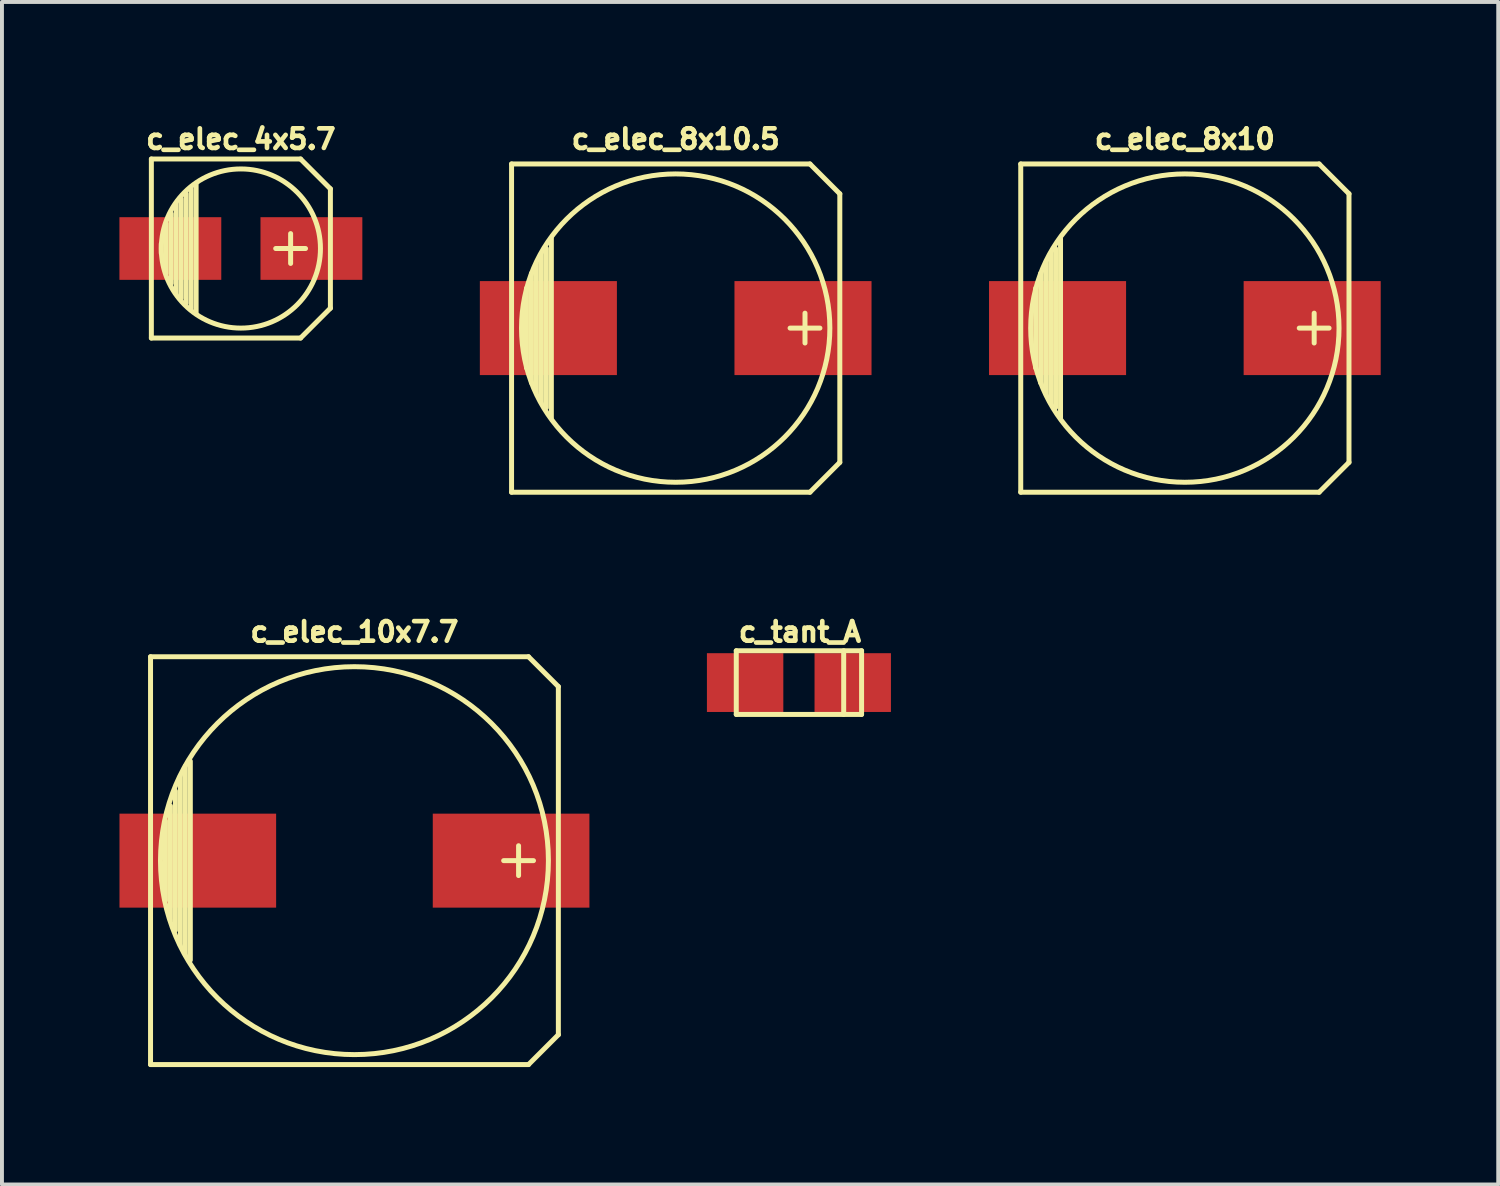
<source format=kicad_pcb>
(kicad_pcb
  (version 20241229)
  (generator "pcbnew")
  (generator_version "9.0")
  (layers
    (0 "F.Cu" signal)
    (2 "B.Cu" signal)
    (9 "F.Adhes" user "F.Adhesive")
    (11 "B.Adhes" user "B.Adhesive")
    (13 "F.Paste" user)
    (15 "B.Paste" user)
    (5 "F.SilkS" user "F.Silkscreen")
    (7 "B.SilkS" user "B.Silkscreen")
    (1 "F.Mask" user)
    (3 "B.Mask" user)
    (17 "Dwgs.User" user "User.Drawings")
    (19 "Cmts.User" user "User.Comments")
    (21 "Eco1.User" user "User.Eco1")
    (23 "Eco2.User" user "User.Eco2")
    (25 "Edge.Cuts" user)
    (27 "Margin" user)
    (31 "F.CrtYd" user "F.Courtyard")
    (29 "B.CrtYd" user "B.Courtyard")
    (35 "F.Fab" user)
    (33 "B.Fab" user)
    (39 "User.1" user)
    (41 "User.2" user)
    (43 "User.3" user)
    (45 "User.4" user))
  (footprint "c_elec_8x10"
    (layer "F.Cu")
    (at 27.206 5.328)
    (property "Reference" "c_elec_8x10" (at 0 -4.826 0) (layer "F.SilkS") (effects (font (size 0.5 0.5) (thickness 0.119))))
    (attr through_hole)
    (fp_line (start -4.191 -4.191) (end -4.191 4.191) (stroke (width 0.127) (type solid)) (layer "F.SilkS"))
    (fp_line (start -4.191 4.191) (end 3.429 4.191) (stroke (width 0.127) (type solid)) (layer "F.SilkS"))
    (fp_line (start -3.81 -1.016) (end -3.81 1.016) (stroke (width 0.127) (type solid)) (layer "F.SilkS"))
    (fp_line (start -3.683 1.397) (end -3.683 -1.397) (stroke (width 0.127) (type solid)) (layer "F.SilkS"))
    (fp_line (start -3.556 -1.651) (end -3.556 1.651) (stroke (width 0.127) (type solid)) (layer "F.SilkS"))
    (fp_line (start -3.429 1.905) (end -3.429 -1.905) (stroke (width 0.127) (type solid)) (layer "F.SilkS"))
    (fp_line (start -3.302 2.032) (end -3.302 -2.032) (stroke (width 0.127) (type solid)) (layer "F.SilkS"))
    (fp_line (start -3.175 -2.286) (end -3.175 2.286) (stroke (width 0.127) (type solid)) (layer "F.SilkS"))
    (fp_line (start 3.302 -0.381) (end 3.302 0.381) (stroke (width 0.127) (type solid)) (layer "F.SilkS"))
    (fp_line (start 3.429 -4.191) (end -4.191 -4.191) (stroke (width 0.127) (type solid)) (layer "F.SilkS"))
    (fp_line (start 3.429 4.191) (end 4.191 3.429) (stroke (width 0.127) (type solid)) (layer "F.SilkS"))
    (fp_line (start 3.683 0) (end 2.921 0) (stroke (width 0.127) (type solid)) (layer "F.SilkS"))
    (fp_line (start 4.191 -3.429) (end 3.429 -4.191) (stroke (width 0.127) (type solid)) (layer "F.SilkS"))
    (fp_line (start 4.191 3.429) (end 4.191 -3.429) (stroke (width 0.127) (type solid)) (layer "F.SilkS"))
    (fp_circle (center 0 0) (end 3.937 0) (stroke (width 0.127) (type solid)) (fill no) (layer "F.SilkS"))
    (pad "1" smd rect (at 3.251 0) (size 3.5 2.4) (layers "F.Cu" "F.Mask" "F.Paste"))
    (pad "2" smd rect (at -3.251 0) (size 3.5 2.4) (layers "F.Cu" "F.Mask" "F.Paste")))
  (footprint "c_elec_4x5.7"
    (layer "F.Cu")
    (at 3.101 3.296)
    (property "Reference" "c_elec_4x5.7" (at 0 -2.794 0) (layer "F.SilkS") (effects (font (size 0.5 0.5) (thickness 0.119))))
    (attr through_hole)
    (fp_line (start -2.286 -2.286) (end -2.286 2.286) (stroke (width 0.127) (type solid)) (layer "F.SilkS"))
    (fp_line (start -2.032 0.127) (end -2.032 -0.127) (stroke (width 0.127) (type solid)) (layer "F.SilkS"))
    (fp_line (start -1.905 -0.635) (end -1.905 0.635) (stroke (width 0.127) (type solid)) (layer "F.SilkS"))
    (fp_line (start -1.778 0.889) (end -1.778 -0.889) (stroke (width 0.127) (type solid)) (layer "F.SilkS"))
    (fp_line (start -1.651 1.143) (end -1.651 -1.143) (stroke (width 0.127) (type solid)) (layer "F.SilkS"))
    (fp_line (start -1.524 -1.27) (end -1.524 1.27) (stroke (width 0.127) (type solid)) (layer "F.SilkS"))
    (fp_line (start -1.397 1.397) (end -1.397 -1.397) (stroke (width 0.127) (type solid)) (layer "F.SilkS"))
    (fp_line (start -1.27 -1.524) (end -1.27 1.524) (stroke (width 0.127) (type solid)) (layer "F.SilkS"))
    (fp_line (start -1.143 -1.651) (end -1.143 1.651) (stroke (width 0.127) (type solid)) (layer "F.SilkS"))
    (fp_line (start 1.27 -0.381) (end 1.27 0.381) (stroke (width 0.127) (type solid)) (layer "F.SilkS"))
    (fp_line (start 1.524 -2.286) (end -2.286 -2.286) (stroke (width 0.127) (type solid)) (layer "F.SilkS"))
    (fp_line (start 1.524 -2.286) (end 2.286 -1.524) (stroke (width 0.127) (type solid)) (layer "F.SilkS"))
    (fp_line (start 1.524 2.286) (end -2.286 2.286) (stroke (width 0.127) (type solid)) (layer "F.SilkS"))
    (fp_line (start 1.524 2.286) (end 2.286 1.524) (stroke (width 0.127) (type solid)) (layer "F.SilkS"))
    (fp_line (start 1.651 0) (end 0.889 0) (stroke (width 0.127) (type solid)) (layer "F.SilkS"))
    (fp_line (start 2.286 -1.524) (end 2.286 1.524) (stroke (width 0.127) (type solid)) (layer "F.SilkS"))
    (fp_circle (center 0 0) (end -2.032 0) (stroke (width 0.127) (type solid)) (fill no) (layer "F.SilkS"))
    (pad "1" smd rect (at 1.801 0) (size 2.601 1.6) (layers "F.Cu" "F.Mask" "F.Paste"))
    (pad "2" smd rect (at -1.801 0) (size 2.601 1.6) (layers "F.Cu" "F.Mask" "F.Paste")))
  (footprint "c_elec_10x7.7"
    (layer "F.Cu")
    (at 6.001 18.927)
    (property "Reference" "c_elec_10x7.7" (at 0 -5.842 0) (layer "F.SilkS") (effects (font (size 0.5 0.5) (thickness 0.119))))
    (attr through_hole)
    (fp_line (start -5.207 -5.207) (end -5.207 5.207) (stroke (width 0.127) (type solid)) (layer "F.SilkS"))
    (fp_line (start -5.207 5.207) (end 4.445 5.207) (stroke (width 0.127) (type solid)) (layer "F.SilkS"))
    (fp_line (start -4.826 1.016) (end -4.826 -1.016) (stroke (width 0.127) (type solid)) (layer "F.SilkS"))
    (fp_line (start -4.699 -1.397) (end -4.699 1.524) (stroke (width 0.127) (type solid)) (layer "F.SilkS"))
    (fp_line (start -4.572 1.778) (end -4.572 -1.778) (stroke (width 0.127) (type solid)) (layer "F.SilkS"))
    (fp_line (start -4.445 -2.159) (end -4.445 2.159) (stroke (width 0.127) (type solid)) (layer "F.SilkS"))
    (fp_line (start -4.318 2.413) (end -4.318 -2.413) (stroke (width 0.127) (type solid)) (layer "F.SilkS"))
    (fp_line (start -4.191 -2.54) (end -4.191 2.54) (stroke (width 0.127) (type solid)) (layer "F.SilkS"))
    (fp_line (start 4.191 -0.381) (end 4.191 0.381) (stroke (width 0.127) (type solid)) (layer "F.SilkS"))
    (fp_line (start 4.445 -5.207) (end -5.207 -5.207) (stroke (width 0.127) (type solid)) (layer "F.SilkS"))
    (fp_line (start 4.445 5.207) (end 5.207 4.445) (stroke (width 0.127) (type solid)) (layer "F.SilkS"))
    (fp_line (start 4.572 0) (end 3.81 0) (stroke (width 0.127) (type solid)) (layer "F.SilkS"))
    (fp_line (start 5.207 -4.445) (end 4.445 -5.207) (stroke (width 0.127) (type solid)) (layer "F.SilkS"))
    (fp_line (start 5.207 4.445) (end 5.207 -4.445) (stroke (width 0.127) (type solid)) (layer "F.SilkS"))
    (fp_circle (center 0 0) (end 4.953 0) (stroke (width 0.127) (type solid)) (fill no) (layer "F.SilkS"))
    (pad "1" smd rect (at 4 0) (size 4 2.4) (layers "F.Cu" "F.Mask" "F.Paste"))
    (pad "2" smd rect (at -4 0) (size 4 2.4) (layers "F.Cu" "F.Mask" "F.Paste")))
  (footprint "c_elec_8x10.5"
    (layer "F.Cu")
    (at 14.204 5.328)
    (property "Reference" "c_elec_8x10.5" (at 0 -4.826 0) (layer "F.SilkS") (effects (font (size 0.5 0.5) (thickness 0.119))))
    (attr through_hole)
    (fp_line (start -4.191 -4.191) (end -4.191 4.191) (stroke (width 0.127) (type solid)) (layer "F.SilkS"))
    (fp_line (start -4.191 4.191) (end 3.429 4.191) (stroke (width 0.127) (type solid)) (layer "F.SilkS"))
    (fp_line (start -3.81 -1.016) (end -3.81 1.016) (stroke (width 0.127) (type solid)) (layer "F.SilkS"))
    (fp_line (start -3.683 1.397) (end -3.683 -1.397) (stroke (width 0.127) (type solid)) (layer "F.SilkS"))
    (fp_line (start -3.556 -1.651) (end -3.556 1.651) (stroke (width 0.127) (type solid)) (layer "F.SilkS"))
    (fp_line (start -3.429 1.905) (end -3.429 -1.905) (stroke (width 0.127) (type solid)) (layer "F.SilkS"))
    (fp_line (start -3.302 2.032) (end -3.302 -2.032) (stroke (width 0.127) (type solid)) (layer "F.SilkS"))
    (fp_line (start -3.175 -2.286) (end -3.175 2.286) (stroke (width 0.127) (type solid)) (layer "F.SilkS"))
    (fp_line (start 3.302 -0.381) (end 3.302 0.381) (stroke (width 0.127) (type solid)) (layer "F.SilkS"))
    (fp_line (start 3.429 -4.191) (end -4.191 -4.191) (stroke (width 0.127) (type solid)) (layer "F.SilkS"))
    (fp_line (start 3.429 4.191) (end 4.191 3.429) (stroke (width 0.127) (type solid)) (layer "F.SilkS"))
    (fp_line (start 3.683 0) (end 2.921 0) (stroke (width 0.127) (type solid)) (layer "F.SilkS"))
    (fp_line (start 4.191 -3.429) (end 3.429 -4.191) (stroke (width 0.127) (type solid)) (layer "F.SilkS"))
    (fp_line (start 4.191 3.429) (end 4.191 -3.429) (stroke (width 0.127) (type solid)) (layer "F.SilkS"))
    (fp_circle (center 0 0) (end 3.937 0) (stroke (width 0.127) (type solid)) (fill no) (layer "F.SilkS"))
    (pad "1" smd rect (at 3.251 0) (size 3.5 2.4) (layers "F.Cu" "F.Mask" "F.Paste"))
    (pad "2" smd rect (at -3.251 0) (size 3.5 2.4) (layers "F.Cu" "F.Mask" "F.Paste")))
  (footprint "c_tant_A"
    (layer "F.Cu")
    (at 17.351 14.38)
    (property "Reference" "c_tant_A" (at 0.025 -1.295 0) (layer "F.SilkS") (effects (font (size 0.5 0.5) (thickness 0.119))))
    (attr through_hole)
    (fp_line (start -1.6 -0.813) (end -1.6 0.813) (stroke (width 0.127) (type solid)) (layer "F.SilkS"))
    (fp_line (start -1.6 0.813) (end 1.6 0.813) (stroke (width 0.127) (type solid)) (layer "F.SilkS"))
    (fp_line (start 1.143 0.813) (end 1.143 -0.813) (stroke (width 0.127) (type solid)) (layer "F.SilkS"))
    (fp_line (start 1.6 -0.813) (end -1.6 -0.813) (stroke (width 0.127) (type solid)) (layer "F.SilkS"))
    (fp_line (start 1.6 0.813) (end 1.6 -0.813) (stroke (width 0.127) (type solid)) (layer "F.SilkS"))
    (pad "1" smd rect (at 1.374 0) (size 1.951 1.501) (layers "F.Cu" "F.Mask" "F.Paste"))
    (pad "2" smd rect (at -1.374 0) (size 1.951 1.501) (layers "F.Cu" "F.Mask" "F.Paste")))
  (gr_rect
    (start -3 -3)
    (end 35.208 27.197)
    (stroke (width 0.1) (type default))
    (fill no)
    (layer "Edge.Cuts")))
</source>
